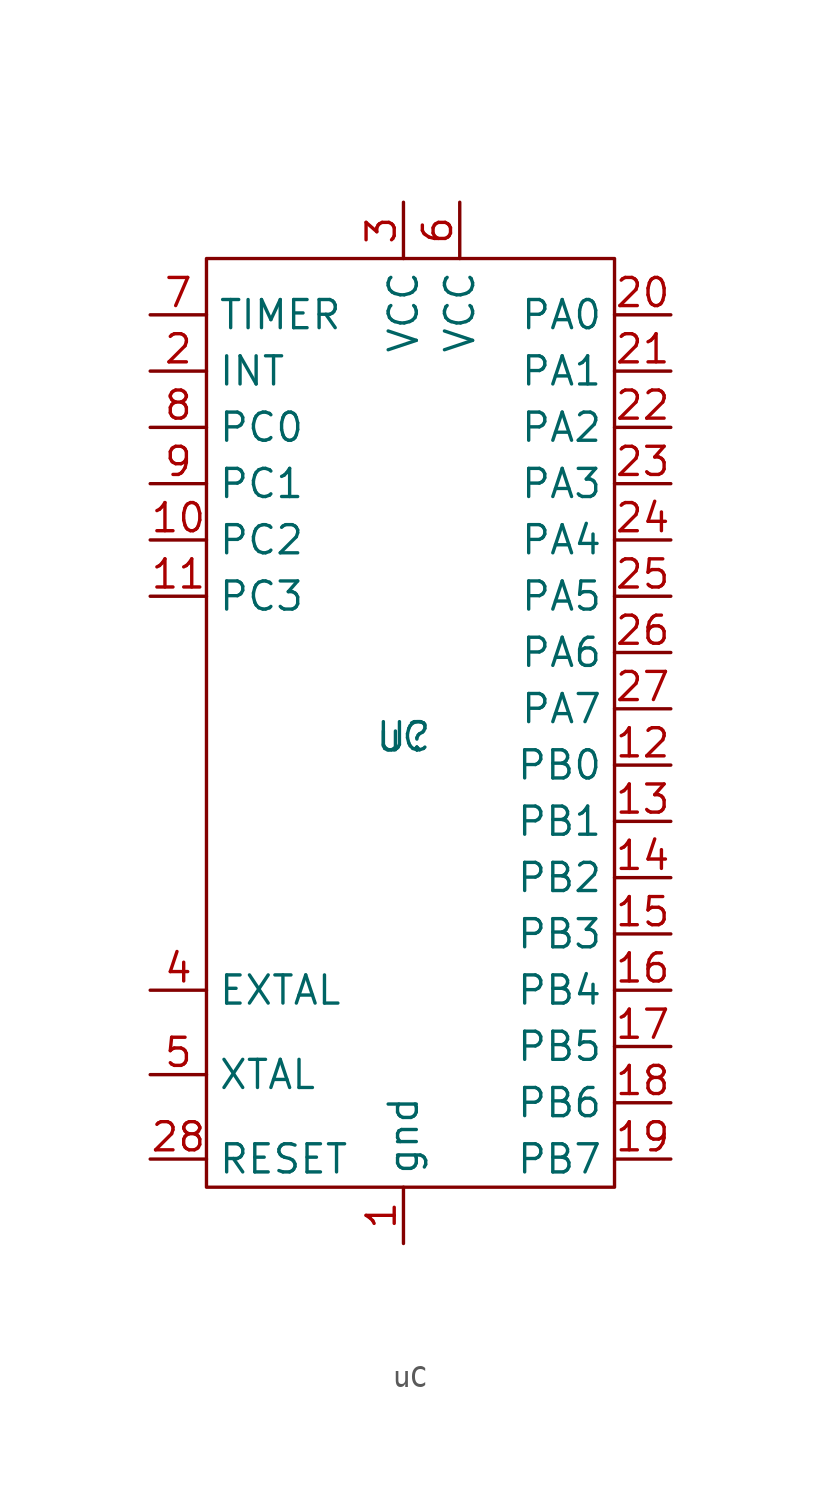
<source format=kicad_sym>
(kicad_symbol_lib
  (version 20211014)
  (generator kicad_symbol_editor)
  (symbol "uC"
    (property "Reference" "U"
      (at 0 0 0)
      (effects (font (size 1.27 1.27))))
    (property "Value" "uC"
      (at 0 0 0)
      (effects (font (size 1.27 1.27))))
    (symbol "uC_0_1"
      (rectangle (start -8.89 21.59) (end 9.525 -20.32) (stroke (width 0.152) (type default) (color 0 0 0 0)) (fill (type none))))
    (symbol "uC_1_1"
      (pin input line (at 0 -22.86 90) (length 2.54) (name "gnd" (effects (font (size 1.27 1.27)))) (number "1" (effects (font (size 1.27 1.27)))))
      (pin input line (at -11.43 8.89 0) (length 2.54) (name "PC2" (effects (font (size 1.27 1.27)))) (number "10" (effects (font (size 1.27 1.27)))))
      (pin input line (at -11.43 6.35 0) (length 2.54) (name "PC3" (effects (font (size 1.27 1.27)))) (number "11" (effects (font (size 1.27 1.27)))))
      (pin input line (at 12.065 -1.27 180) (length 2.54) (name "PB0" (effects (font (size 1.27 1.27)))) (number "12" (effects (font (size 1.27 1.27)))))
      (pin input line (at 12.065 -3.81 180) (length 2.54) (name "PB1" (effects (font (size 1.27 1.27)))) (number "13" (effects (font (size 1.27 1.27)))))
      (pin input line (at 12.065 -6.35 180) (length 2.54) (name "PB2" (effects (font (size 1.27 1.27)))) (number "14" (effects (font (size 1.27 1.27)))))
      (pin input line (at 12.065 -8.89 180) (length 2.54) (name "PB3" (effects (font (size 1.27 1.27)))) (number "15" (effects (font (size 1.27 1.27)))))
      (pin input line (at 12.065 -11.43 180) (length 2.54) (name "PB4" (effects (font (size 1.27 1.27)))) (number "16" (effects (font (size 1.27 1.27)))))
      (pin input line (at 12.065 -13.97 180) (length 2.54) (name "PB5" (effects (font (size 1.27 1.27)))) (number "17" (effects (font (size 1.27 1.27)))))
      (pin input line (at 12.065 -16.51 180) (length 2.54) (name "PB6" (effects (font (size 1.27 1.27)))) (number "18" (effects (font (size 1.27 1.27)))))
      (pin input line (at 12.065 -19.05 180) (length 2.54) (name "PB7" (effects (font (size 1.27 1.27)))) (number "19" (effects (font (size 1.27 1.27)))))
      (pin input line (at -11.43 16.51 0) (length 2.54) (name "INT" (effects (font (size 1.27 1.27)))) (number "2" (effects (font (size 1.27 1.27)))))
      (pin input line (at 12.065 19.05 180) (length 2.54) (name "PA0" (effects (font (size 1.27 1.27)))) (number "20" (effects (font (size 1.27 1.27)))))
      (pin input line (at 12.065 16.51 180) (length 2.54) (name "PA1" (effects (font (size 1.27 1.27)))) (number "21" (effects (font (size 1.27 1.27)))))
      (pin input line (at 12.065 13.97 180) (length 2.54) (name "PA2" (effects (font (size 1.27 1.27)))) (number "22" (effects (font (size 1.27 1.27)))))
      (pin input line (at 12.065 11.43 180) (length 2.54) (name "PA3" (effects (font (size 1.27 1.27)))) (number "23" (effects (font (size 1.27 1.27)))))
      (pin input line (at 12.065 8.89 180) (length 2.54) (name "PA4" (effects (font (size 1.27 1.27)))) (number "24" (effects (font (size 1.27 1.27)))))
      (pin input line (at 12.065 6.35 180) (length 2.54) (name "PA5" (effects (font (size 1.27 1.27)))) (number "25" (effects (font (size 1.27 1.27)))))
      (pin input line (at 12.065 3.81 180) (length 2.54) (name "PA6" (effects (font (size 1.27 1.27)))) (number "26" (effects (font (size 1.27 1.27)))))
      (pin input line (at 12.065 1.27 180) (length 2.54) (name "PA7" (effects (font (size 1.27 1.27)))) (number "27" (effects (font (size 1.27 1.27)))))
      (pin input line (at -11.43 -19.05 0) (length 2.54) (name "RESET" (effects (font (size 1.27 1.27)))) (number "28" (effects (font (size 1.27 1.27)))))
      (pin input line (at 0 24.13 270) (length 2.54) (name "VCC" (effects (font (size 1.27 1.27)))) (number "3" (effects (font (size 1.27 1.27)))))
      (pin input line (at -11.43 -11.43 0) (length 2.54) (name "EXTAL" (effects (font (size 1.27 1.27)))) (number "4" (effects (font (size 1.27 1.27)))))
      (pin input line (at -11.43 -15.24 0) (length 2.54) (name "XTAL" (effects (font (size 1.27 1.27)))) (number "5" (effects (font (size 1.27 1.27)))))
      (pin input line (at 2.54 24.13 270) (length 2.54) (name "VCC" (effects (font (size 1.27 1.27)))) (number "6" (effects (font (size 1.27 1.27)))))
      (pin input line (at -11.43 19.05 0) (length 2.54) (name "TIMER" (effects (font (size 1.27 1.27)))) (number "7" (effects (font (size 1.27 1.27)))))
      (pin input line (at -11.43 13.97 0) (length 2.54) (name "PC0" (effects (font (size 1.27 1.27)))) (number "8" (effects (font (size 1.27 1.27)))))
      (pin input line (at -11.43 11.43 0) (length 2.54) (name "PC1" (effects (font (size 1.27 1.27)))) (number "9" (effects (font (size 1.27 1.27))))))))
</source>
